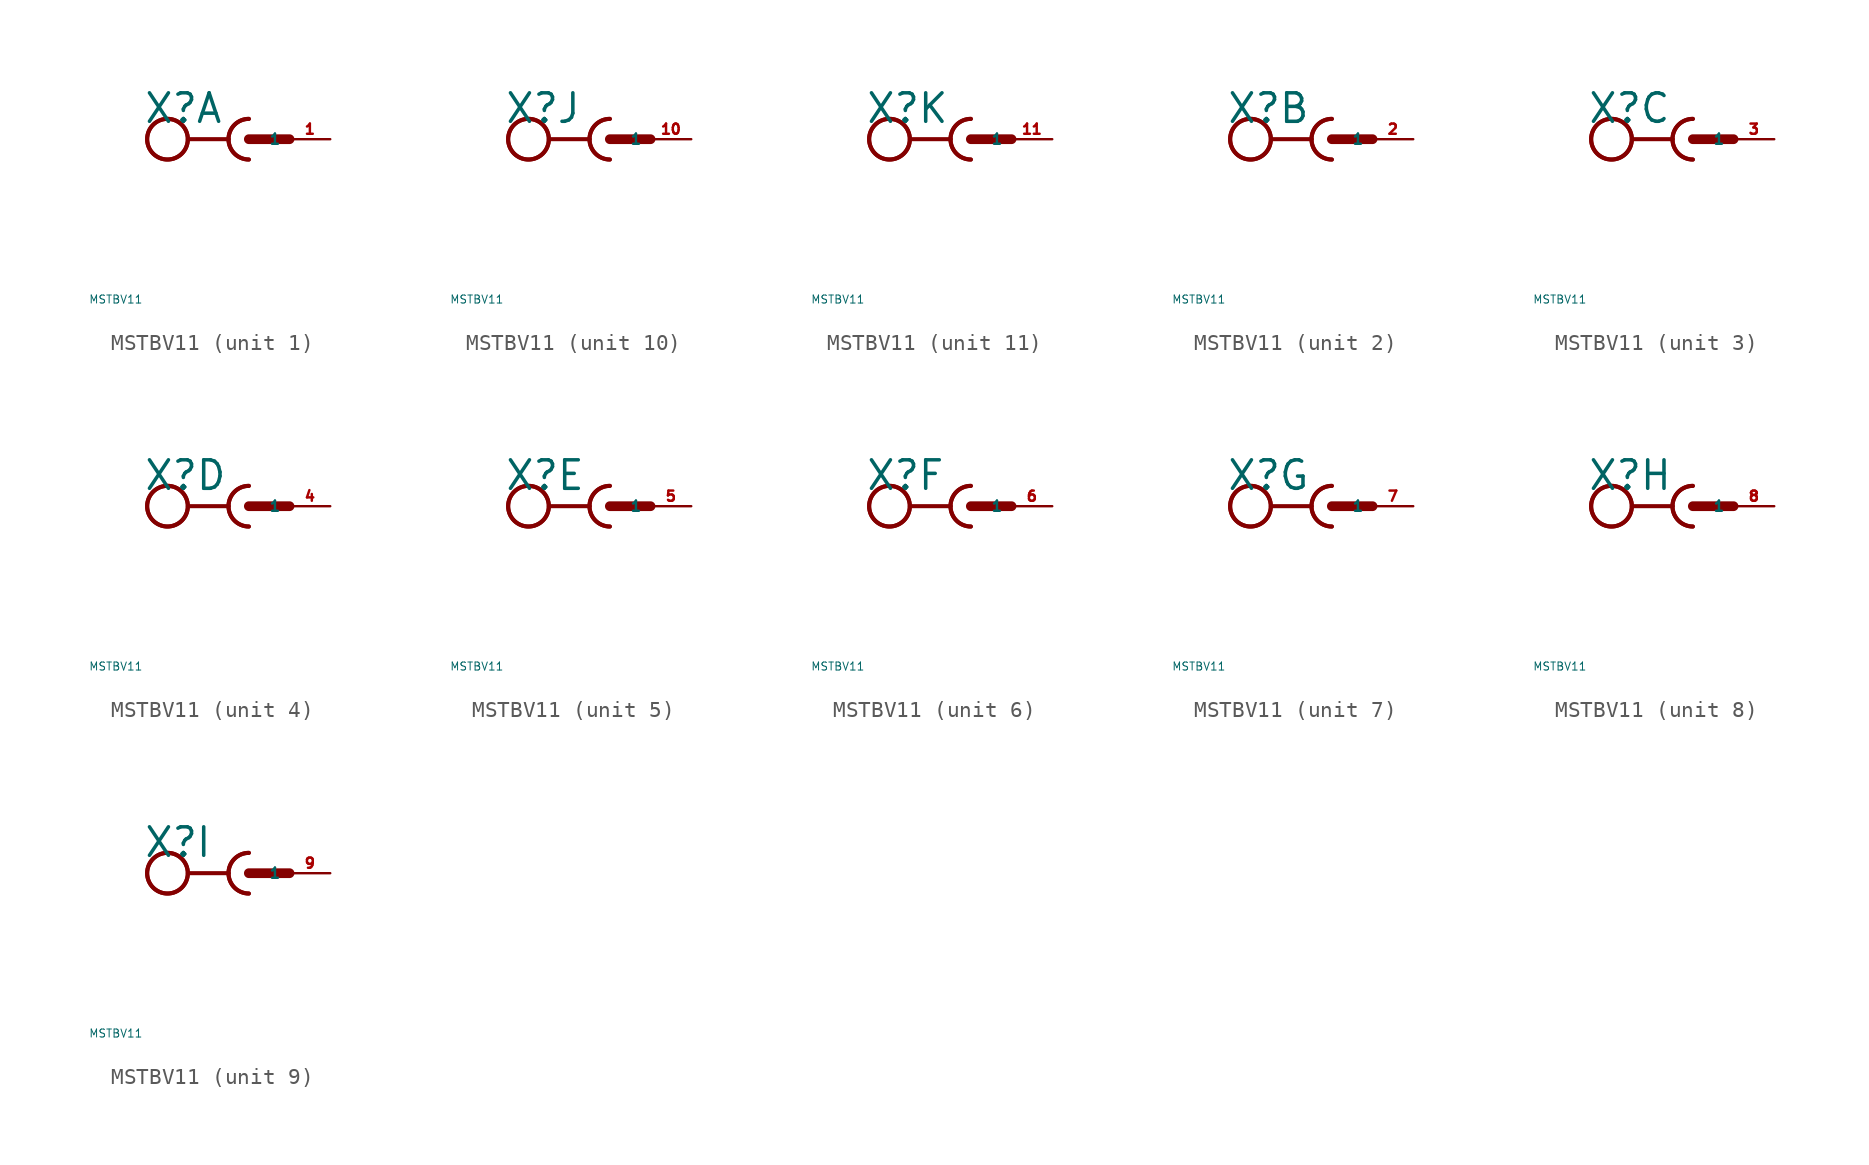
<source format=kicad_sym>
(kicad_symbol_lib
  (version 20220914)
  (generator Eagle2Kicad)
  (symbol "MSTBV11"
    (property "Reference" "X"
      (at -6.604 0.889 0)
      (effects (font (size 1.778 1.778) (thickness 0.22)) (justify left bottom)))
    (property "Value" "MSTBV11"
      (at -10 -10 0)
      (effects (font (size 0.5 0.5) (thickness 0.06)) (justify left)))
    (symbol "MSTBV11_1_0"
      (arc (start -1.27 0) (mid -0.898 -0.898) (end 0 -1.27) (stroke (width 0.254) (type default)) (fill (type none)))
      (arc (start 0 1.27) (mid -0.898 0.898) (end -1.27 0) (stroke (width 0.254) (type default)) (fill (type none)))
      (polyline (pts (xy -3.81 0) (xy -1.27 0)) (stroke (width 0.254) (type default)) (fill (type none)))
      (arc (start 0 1.27) (mid -1.270 0.000) (end 0 -1.27) (stroke (width 0.254) (type default)) (fill (type none)))
      (polyline (pts (xy 0 0) (xy 2.54 0)) (stroke (width 0.61) (type default)) (fill (type none)))
      (circle (center -5.08 0) (radius 1.27) (stroke (width 0.254) (type default)) (fill (type none)))
      (circle (center -5.08 0) (radius 1.27) (stroke (width 0.254) (type default)) (fill (type none)))
      (pin passive line (at 5.08 0 180) (length 2.54) (name "1" (effects (font (size 0.635 0.635) (thickness 0.08)) (justify left bottom))) (number "1" (effects (font (size 0.635 0.635) (thickness 0.08)) (justify left bottom)))))
    (symbol "MSTBV11_2_0"
      (arc (start -1.27 0) (mid -0.898 -0.898) (end 0 -1.27) (stroke (width 0.254) (type default)) (fill (type none)))
      (arc (start 0 1.27) (mid -0.898 0.898) (end -1.27 0) (stroke (width 0.254) (type default)) (fill (type none)))
      (polyline (pts (xy -3.81 0) (xy -1.27 0)) (stroke (width 0.254) (type default)) (fill (type none)))
      (arc (start 0 1.27) (mid -1.270 0.000) (end 0 -1.27) (stroke (width 0.254) (type default)) (fill (type none)))
      (polyline (pts (xy 0 0) (xy 2.54 0)) (stroke (width 0.61) (type default)) (fill (type none)))
      (circle (center -5.08 0) (radius 1.27) (stroke (width 0.254) (type default)) (fill (type none)))
      (circle (center -5.08 0) (radius 1.27) (stroke (width 0.254) (type default)) (fill (type none)))
      (pin passive line (at 5.08 0 180) (length 2.54) (name "1" (effects (font (size 0.635 0.635) (thickness 0.08)) (justify left bottom))) (number "2" (effects (font (size 0.635 0.635) (thickness 0.08)) (justify left bottom)))))
    (symbol "MSTBV11_3_0"
      (arc (start -1.27 0) (mid -0.898 -0.898) (end 0 -1.27) (stroke (width 0.254) (type default)) (fill (type none)))
      (arc (start 0 1.27) (mid -0.898 0.898) (end -1.27 0) (stroke (width 0.254) (type default)) (fill (type none)))
      (polyline (pts (xy -3.81 0) (xy -1.27 0)) (stroke (width 0.254) (type default)) (fill (type none)))
      (arc (start 0 1.27) (mid -1.270 0.000) (end 0 -1.27) (stroke (width 0.254) (type default)) (fill (type none)))
      (polyline (pts (xy 0 0) (xy 2.54 0)) (stroke (width 0.61) (type default)) (fill (type none)))
      (circle (center -5.08 0) (radius 1.27) (stroke (width 0.254) (type default)) (fill (type none)))
      (circle (center -5.08 0) (radius 1.27) (stroke (width 0.254) (type default)) (fill (type none)))
      (pin passive line (at 5.08 0 180) (length 2.54) (name "1" (effects (font (size 0.635 0.635) (thickness 0.08)) (justify left bottom))) (number "3" (effects (font (size 0.635 0.635) (thickness 0.08)) (justify left bottom)))))
    (symbol "MSTBV11_4_0"
      (arc (start -1.27 0) (mid -0.898 -0.898) (end 0 -1.27) (stroke (width 0.254) (type default)) (fill (type none)))
      (arc (start 0 1.27) (mid -0.898 0.898) (end -1.27 0) (stroke (width 0.254) (type default)) (fill (type none)))
      (polyline (pts (xy -3.81 0) (xy -1.27 0)) (stroke (width 0.254) (type default)) (fill (type none)))
      (arc (start 0 1.27) (mid -1.270 0.000) (end 0 -1.27) (stroke (width 0.254) (type default)) (fill (type none)))
      (polyline (pts (xy 0 0) (xy 2.54 0)) (stroke (width 0.61) (type default)) (fill (type none)))
      (circle (center -5.08 0) (radius 1.27) (stroke (width 0.254) (type default)) (fill (type none)))
      (circle (center -5.08 0) (radius 1.27) (stroke (width 0.254) (type default)) (fill (type none)))
      (pin passive line (at 5.08 0 180) (length 2.54) (name "1" (effects (font (size 0.635 0.635) (thickness 0.08)) (justify left bottom))) (number "4" (effects (font (size 0.635 0.635) (thickness 0.08)) (justify left bottom)))))
    (symbol "MSTBV11_5_0"
      (arc (start -1.27 0) (mid -0.898 -0.898) (end 0 -1.27) (stroke (width 0.254) (type default)) (fill (type none)))
      (arc (start 0 1.27) (mid -0.898 0.898) (end -1.27 0) (stroke (width 0.254) (type default)) (fill (type none)))
      (polyline (pts (xy -3.81 0) (xy -1.27 0)) (stroke (width 0.254) (type default)) (fill (type none)))
      (arc (start 0 1.27) (mid -1.270 0.000) (end 0 -1.27) (stroke (width 0.254) (type default)) (fill (type none)))
      (polyline (pts (xy 0 0) (xy 2.54 0)) (stroke (width 0.61) (type default)) (fill (type none)))
      (circle (center -5.08 0) (radius 1.27) (stroke (width 0.254) (type default)) (fill (type none)))
      (circle (center -5.08 0) (radius 1.27) (stroke (width 0.254) (type default)) (fill (type none)))
      (pin passive line (at 5.08 0 180) (length 2.54) (name "1" (effects (font (size 0.635 0.635) (thickness 0.08)) (justify left bottom))) (number "5" (effects (font (size 0.635 0.635) (thickness 0.08)) (justify left bottom)))))
    (symbol "MSTBV11_6_0"
      (arc (start -1.27 0) (mid -0.898 -0.898) (end 0 -1.27) (stroke (width 0.254) (type default)) (fill (type none)))
      (arc (start 0 1.27) (mid -0.898 0.898) (end -1.27 0) (stroke (width 0.254) (type default)) (fill (type none)))
      (polyline (pts (xy -3.81 0) (xy -1.27 0)) (stroke (width 0.254) (type default)) (fill (type none)))
      (arc (start 0 1.27) (mid -1.270 0.000) (end 0 -1.27) (stroke (width 0.254) (type default)) (fill (type none)))
      (polyline (pts (xy 0 0) (xy 2.54 0)) (stroke (width 0.61) (type default)) (fill (type none)))
      (circle (center -5.08 0) (radius 1.27) (stroke (width 0.254) (type default)) (fill (type none)))
      (circle (center -5.08 0) (radius 1.27) (stroke (width 0.254) (type default)) (fill (type none)))
      (pin passive line (at 5.08 0 180) (length 2.54) (name "1" (effects (font (size 0.635 0.635) (thickness 0.08)) (justify left bottom))) (number "6" (effects (font (size 0.635 0.635) (thickness 0.08)) (justify left bottom)))))
    (symbol "MSTBV11_7_0"
      (arc (start -1.27 0) (mid -0.898 -0.898) (end 0 -1.27) (stroke (width 0.254) (type default)) (fill (type none)))
      (arc (start 0 1.27) (mid -0.898 0.898) (end -1.27 0) (stroke (width 0.254) (type default)) (fill (type none)))
      (polyline (pts (xy -3.81 0) (xy -1.27 0)) (stroke (width 0.254) (type default)) (fill (type none)))
      (arc (start 0 1.27) (mid -1.270 0.000) (end 0 -1.27) (stroke (width 0.254) (type default)) (fill (type none)))
      (polyline (pts (xy 0 0) (xy 2.54 0)) (stroke (width 0.61) (type default)) (fill (type none)))
      (circle (center -5.08 0) (radius 1.27) (stroke (width 0.254) (type default)) (fill (type none)))
      (circle (center -5.08 0) (radius 1.27) (stroke (width 0.254) (type default)) (fill (type none)))
      (pin passive line (at 5.08 0 180) (length 2.54) (name "1" (effects (font (size 0.635 0.635) (thickness 0.08)) (justify left bottom))) (number "7" (effects (font (size 0.635 0.635) (thickness 0.08)) (justify left bottom)))))
    (symbol "MSTBV11_8_0"
      (arc (start -1.27 0) (mid -0.898 -0.898) (end 0 -1.27) (stroke (width 0.254) (type default)) (fill (type none)))
      (arc (start 0 1.27) (mid -0.898 0.898) (end -1.27 0) (stroke (width 0.254) (type default)) (fill (type none)))
      (polyline (pts (xy -3.81 0) (xy -1.27 0)) (stroke (width 0.254) (type default)) (fill (type none)))
      (arc (start 0 1.27) (mid -1.270 0.000) (end 0 -1.27) (stroke (width 0.254) (type default)) (fill (type none)))
      (polyline (pts (xy 0 0) (xy 2.54 0)) (stroke (width 0.61) (type default)) (fill (type none)))
      (circle (center -5.08 0) (radius 1.27) (stroke (width 0.254) (type default)) (fill (type none)))
      (circle (center -5.08 0) (radius 1.27) (stroke (width 0.254) (type default)) (fill (type none)))
      (pin passive line (at 5.08 0 180) (length 2.54) (name "1" (effects (font (size 0.635 0.635) (thickness 0.08)) (justify left bottom))) (number "8" (effects (font (size 0.635 0.635) (thickness 0.08)) (justify left bottom)))))
    (symbol "MSTBV11_9_0"
      (arc (start -1.27 0) (mid -0.898 -0.898) (end 0 -1.27) (stroke (width 0.254) (type default)) (fill (type none)))
      (arc (start 0 1.27) (mid -0.898 0.898) (end -1.27 0) (stroke (width 0.254) (type default)) (fill (type none)))
      (polyline (pts (xy -3.81 0) (xy -1.27 0)) (stroke (width 0.254) (type default)) (fill (type none)))
      (arc (start 0 1.27) (mid -1.270 0.000) (end 0 -1.27) (stroke (width 0.254) (type default)) (fill (type none)))
      (polyline (pts (xy 0 0) (xy 2.54 0)) (stroke (width 0.61) (type default)) (fill (type none)))
      (circle (center -5.08 0) (radius 1.27) (stroke (width 0.254) (type default)) (fill (type none)))
      (circle (center -5.08 0) (radius 1.27) (stroke (width 0.254) (type default)) (fill (type none)))
      (pin passive line (at 5.08 0 180) (length 2.54) (name "1" (effects (font (size 0.635 0.635) (thickness 0.08)) (justify left bottom))) (number "9" (effects (font (size 0.635 0.635) (thickness 0.08)) (justify left bottom)))))
    (symbol "MSTBV11_10_0"
      (arc (start -1.27 0) (mid -0.898 -0.898) (end 0 -1.27) (stroke (width 0.254) (type default)) (fill (type none)))
      (arc (start 0 1.27) (mid -0.898 0.898) (end -1.27 0) (stroke (width 0.254) (type default)) (fill (type none)))
      (polyline (pts (xy -3.81 0) (xy -1.27 0)) (stroke (width 0.254) (type default)) (fill (type none)))
      (arc (start 0 1.27) (mid -1.270 0.000) (end 0 -1.27) (stroke (width 0.254) (type default)) (fill (type none)))
      (polyline (pts (xy 0 0) (xy 2.54 0)) (stroke (width 0.61) (type default)) (fill (type none)))
      (circle (center -5.08 0) (radius 1.27) (stroke (width 0.254) (type default)) (fill (type none)))
      (circle (center -5.08 0) (radius 1.27) (stroke (width 0.254) (type default)) (fill (type none)))
      (pin passive line (at 5.08 0 180) (length 2.54) (name "1" (effects (font (size 0.635 0.635) (thickness 0.08)) (justify left bottom))) (number "10" (effects (font (size 0.635 0.635) (thickness 0.08)) (justify left bottom)))))
    (symbol "MSTBV11_11_0"
      (arc (start -1.27 0) (mid -0.898 -0.898) (end 0 -1.27) (stroke (width 0.254) (type default)) (fill (type none)))
      (arc (start 0 1.27) (mid -0.898 0.898) (end -1.27 0) (stroke (width 0.254) (type default)) (fill (type none)))
      (polyline (pts (xy -3.81 0) (xy -1.27 0)) (stroke (width 0.254) (type default)) (fill (type none)))
      (arc (start 0 1.27) (mid -1.270 0.000) (end 0 -1.27) (stroke (width 0.254) (type default)) (fill (type none)))
      (polyline (pts (xy 0 0) (xy 2.54 0)) (stroke (width 0.61) (type default)) (fill (type none)))
      (circle (center -5.08 0) (radius 1.27) (stroke (width 0.254) (type default)) (fill (type none)))
      (circle (center -5.08 0) (radius 1.27) (stroke (width 0.254) (type default)) (fill (type none)))
      (pin passive line (at 5.08 0 180) (length 2.54) (name "1" (effects (font (size 0.635 0.635) (thickness 0.08)) (justify left bottom))) (number "11" (effects (font (size 0.635 0.635) (thickness 0.08)) (justify left bottom)))))))
</source>
